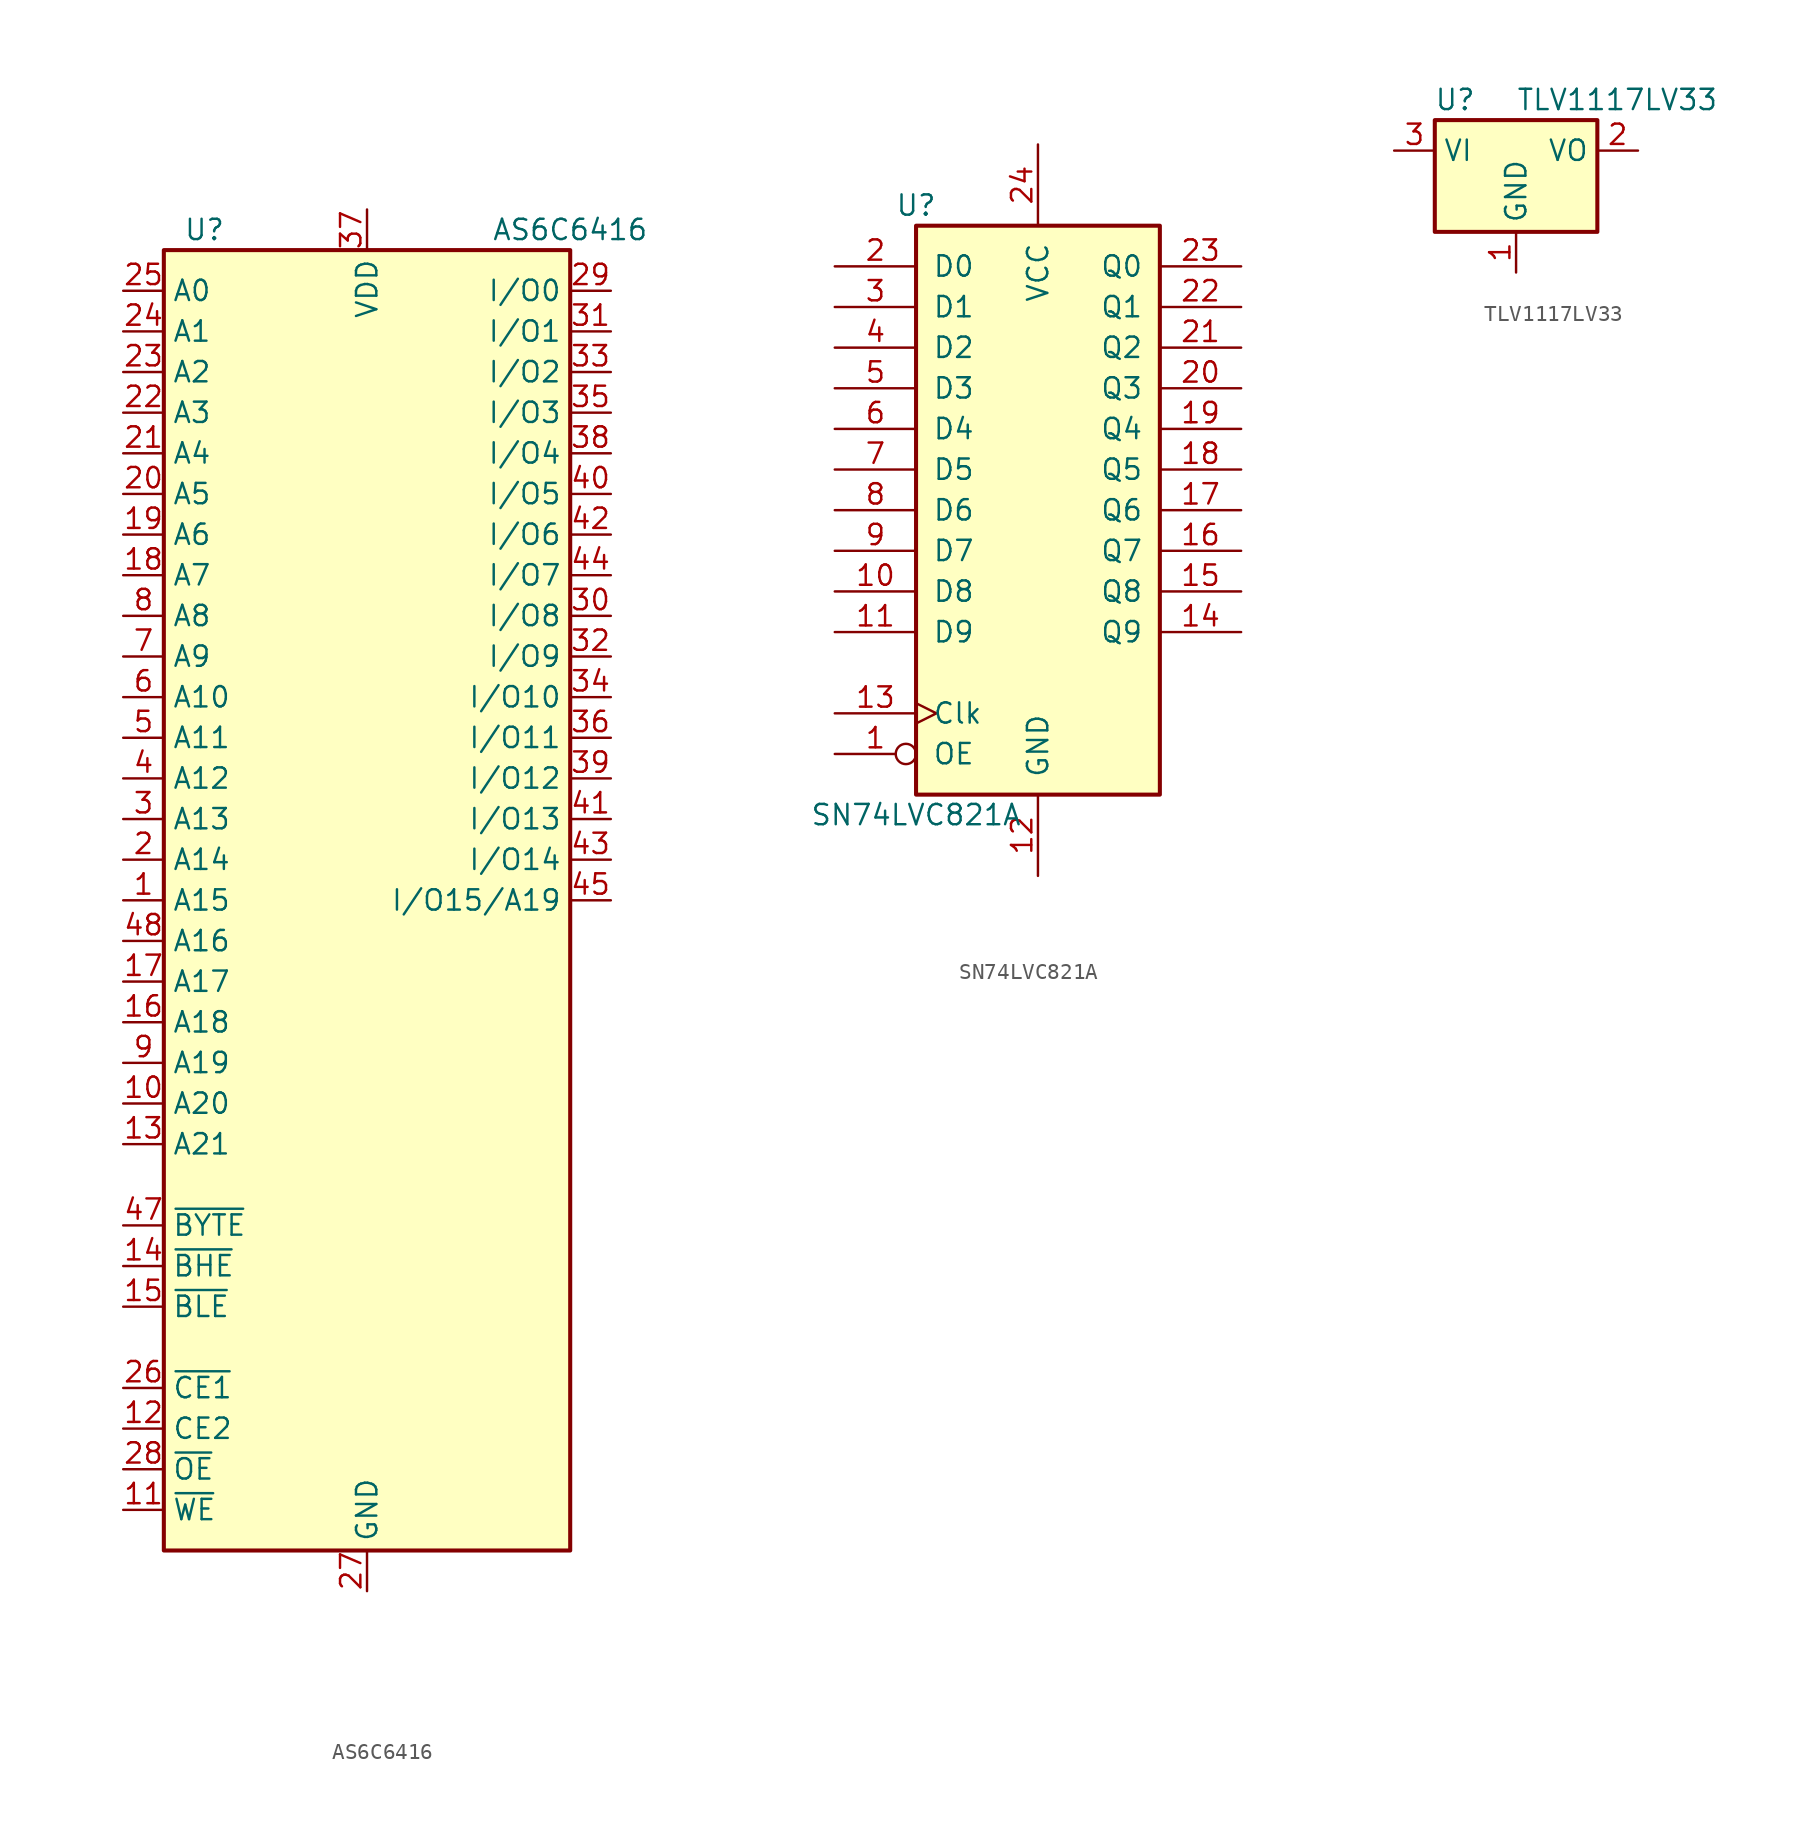
<source format=kicad_sym>
(kicad_symbol_lib
  (version 20241209)
  (generator "kicad_symbol_editor")
  (generator_version "9.0")
  (symbol "AS6C6416"
    (property "Reference" "U"
      (at -10.16 41.91 0)
      (effects (font (size 1.27 1.27))))
    (property "Value" "AS6C6416"
      (at 12.7 41.91 0)
      (effects (font (size 1.27 1.27))))
    (symbol "AS6C6416_0_1"
      (rectangle (start -12.7 40.64) (end 12.7 -40.64) (stroke (width 0.254) (type default)) (fill (type background))))
    (symbol "AS6C6416_1_1"
      (pin input line (at -15.24 38.1 0) (length 2.54) (name "A0" (effects (font (size 1.27 1.27)))) (number "25" (effects (font (size 1.27 1.27)))))
      (pin input line (at -15.24 35.56 0) (length 2.54) (name "A1" (effects (font (size 1.27 1.27)))) (number "24" (effects (font (size 1.27 1.27)))))
      (pin input line (at -15.24 33.02 0) (length 2.54) (name "A2" (effects (font (size 1.27 1.27)))) (number "23" (effects (font (size 1.27 1.27)))))
      (pin input line (at -15.24 30.48 0) (length 2.54) (name "A3" (effects (font (size 1.27 1.27)))) (number "22" (effects (font (size 1.27 1.27)))))
      (pin input line (at -15.24 27.94 0) (length 2.54) (name "A4" (effects (font (size 1.27 1.27)))) (number "21" (effects (font (size 1.27 1.27)))))
      (pin input line (at -15.24 25.4 0) (length 2.54) (name "A5" (effects (font (size 1.27 1.27)))) (number "20" (effects (font (size 1.27 1.27)))))
      (pin input line (at -15.24 22.86 0) (length 2.54) (name "A6" (effects (font (size 1.27 1.27)))) (number "19" (effects (font (size 1.27 1.27)))))
      (pin input line (at -15.24 20.32 0) (length 2.54) (name "A7" (effects (font (size 1.27 1.27)))) (number "18" (effects (font (size 1.27 1.27)))))
      (pin input line (at -15.24 17.78 0) (length 2.54) (name "A8" (effects (font (size 1.27 1.27)))) (number "8" (effects (font (size 1.27 1.27)))))
      (pin input line (at -15.24 15.24 0) (length 2.54) (name "A9" (effects (font (size 1.27 1.27)))) (number "7" (effects (font (size 1.27 1.27)))))
      (pin input line (at -15.24 12.7 0) (length 2.54) (name "A10" (effects (font (size 1.27 1.27)))) (number "6" (effects (font (size 1.27 1.27)))))
      (pin input line (at -15.24 10.16 0) (length 2.54) (name "A11" (effects (font (size 1.27 1.27)))) (number "5" (effects (font (size 1.27 1.27)))))
      (pin input line (at -15.24 7.62 0) (length 2.54) (name "A12" (effects (font (size 1.27 1.27)))) (number "4" (effects (font (size 1.27 1.27)))))
      (pin input line (at -15.24 5.08 0) (length 2.54) (name "A13" (effects (font (size 1.27 1.27)))) (number "3" (effects (font (size 1.27 1.27)))))
      (pin input line (at -15.24 2.54 0) (length 2.54) (name "A14" (effects (font (size 1.27 1.27)))) (number "2" (effects (font (size 1.27 1.27)))))
      (pin input line (at -15.24 0 0) (length 2.54) (name "A15" (effects (font (size 1.27 1.27)))) (number "1" (effects (font (size 1.27 1.27)))))
      (pin input line (at -15.24 -2.54 0) (length 2.54) (name "A16" (effects (font (size 1.27 1.27)))) (number "48" (effects (font (size 1.27 1.27)))))
      (pin input line (at -15.24 -5.08 0) (length 2.54) (name "A17" (effects (font (size 1.27 1.27)))) (number "17" (effects (font (size 1.27 1.27)))))
      (pin input line (at -15.24 -7.62 0) (length 2.54) (name "A18" (effects (font (size 1.27 1.27)))) (number "16" (effects (font (size 1.27 1.27)))))
      (pin input line (at -15.24 -10.16 0) (length 2.54) (name "A19" (effects (font (size 1.27 1.27)))) (number "9" (effects (font (size 1.27 1.27)))))
      (pin input line (at -15.24 -12.7 0) (length 2.54) (name "A20" (effects (font (size 1.27 1.27)))) (number "10" (effects (font (size 1.27 1.27)))))
      (pin input line (at -15.24 -15.24 0) (length 2.54) (name "A21" (effects (font (size 1.27 1.27)))) (number "13" (effects (font (size 1.27 1.27)))))
      (pin input line (at -15.24 -20.32 0) (length 2.54) (name "~{BYTE}" (effects (font (size 1.27 1.27)))) (number "47" (effects (font (size 1.27 1.27)))))
      (pin input line (at -15.24 -22.86 0) (length 2.54) (name "~{BHE}" (effects (font (size 1.27 1.27)))) (number "14" (effects (font (size 1.27 1.27)))))
      (pin input line (at -15.24 -25.4 0) (length 2.54) (name "~{BLE}" (effects (font (size 1.27 1.27)))) (number "15" (effects (font (size 1.27 1.27)))))
      (pin input line (at -15.24 -30.48 0) (length 2.54) (name "~{CE1}" (effects (font (size 1.27 1.27)))) (number "26" (effects (font (size 1.27 1.27)))))
      (pin input line (at -15.24 -33.02 0) (length 2.54) (name "CE2" (effects (font (size 1.27 1.27)))) (number "12" (effects (font (size 1.27 1.27)))))
      (pin input line (at -15.24 -35.56 0) (length 2.54) (name "~{OE}" (effects (font (size 1.27 1.27)))) (number "28" (effects (font (size 1.27 1.27)))))
      (pin input line (at -15.24 -38.1 0) (length 2.54) (name "~{WE}" (effects (font (size 1.27 1.27)))) (number "11" (effects (font (size 1.27 1.27)))))
      (pin power_in line (at 0 43.18 270) (length 2.54) (name "VDD" (effects (font (size 1.27 1.27)))) (number "37" (effects (font (size 1.27 1.27)))))
      (pin power_in line (at 0 -43.18 90) (length 2.54) (name "GND" (effects (font (size 1.27 1.27)))) (number "27" (effects (font (size 1.27 1.27)))))
      (pin power_in line (at 0 -43.18 90) (length 2.54) (hide yes) (name "GND" (effects (font (size 1.27 1.27)))) (number "46" (effects (font (size 1.27 1.27)))))
      (pin bidirectional line (at 15.24 38.1 180) (length 2.54) (name "I/O0" (effects (font (size 1.27 1.27)))) (number "29" (effects (font (size 1.27 1.27)))))
      (pin bidirectional line (at 15.24 35.56 180) (length 2.54) (name "I/O1" (effects (font (size 1.27 1.27)))) (number "31" (effects (font (size 1.27 1.27)))))
      (pin bidirectional line (at 15.24 33.02 180) (length 2.54) (name "I/O2" (effects (font (size 1.27 1.27)))) (number "33" (effects (font (size 1.27 1.27)))))
      (pin bidirectional line (at 15.24 30.48 180) (length 2.54) (name "I/O3" (effects (font (size 1.27 1.27)))) (number "35" (effects (font (size 1.27 1.27)))))
      (pin bidirectional line (at 15.24 27.94 180) (length 2.54) (name "I/O4" (effects (font (size 1.27 1.27)))) (number "38" (effects (font (size 1.27 1.27)))))
      (pin bidirectional line (at 15.24 25.4 180) (length 2.54) (name "I/O5" (effects (font (size 1.27 1.27)))) (number "40" (effects (font (size 1.27 1.27)))))
      (pin bidirectional line (at 15.24 22.86 180) (length 2.54) (name "I/O6" (effects (font (size 1.27 1.27)))) (number "42" (effects (font (size 1.27 1.27)))))
      (pin bidirectional line (at 15.24 20.32 180) (length 2.54) (name "I/O7" (effects (font (size 1.27 1.27)))) (number "44" (effects (font (size 1.27 1.27)))))
      (pin bidirectional line (at 15.24 17.78 180) (length 2.54) (name "I/O8" (effects (font (size 1.27 1.27)))) (number "30" (effects (font (size 1.27 1.27)))))
      (pin bidirectional line (at 15.24 15.24 180) (length 2.54) (name "I/O9" (effects (font (size 1.27 1.27)))) (number "32" (effects (font (size 1.27 1.27)))))
      (pin bidirectional line (at 15.24 12.7 180) (length 2.54) (name "I/O10" (effects (font (size 1.27 1.27)))) (number "34" (effects (font (size 1.27 1.27)))))
      (pin bidirectional line (at 15.24 10.16 180) (length 2.54) (name "I/O11" (effects (font (size 1.27 1.27)))) (number "36" (effects (font (size 1.27 1.27)))))
      (pin bidirectional line (at 15.24 7.62 180) (length 2.54) (name "I/O12" (effects (font (size 1.27 1.27)))) (number "39" (effects (font (size 1.27 1.27)))))
      (pin bidirectional line (at 15.24 5.08 180) (length 2.54) (name "I/O13" (effects (font (size 1.27 1.27)))) (number "41" (effects (font (size 1.27 1.27)))))
      (pin bidirectional line (at 15.24 2.54 180) (length 2.54) (name "I/O14" (effects (font (size 1.27 1.27)))) (number "43" (effects (font (size 1.27 1.27)))))
      (pin bidirectional line (at 15.24 0 180) (length 2.54) (name "I/O15/A19" (effects (font (size 1.27 1.27)))) (number "45" (effects (font (size 1.27 1.27)))))))
  (symbol "SN74LVC821A"
    (pin_names
      (offset 1.016))
    (property "Reference" "U"
      (at -7.62 19.05 0)
      (effects (font (size 1.27 1.27))))
    (property "Value" "SN74LVC821A"
      (at -7.62 -19.05 0)
      (effects (font (size 1.27 1.27))))
    (symbol "SN74LVC821A_1_0"
      (pin input line (at -12.7 15.24 0) (length 5.08) (name "D0" (effects (font (size 1.27 1.27)))) (number "2" (effects (font (size 1.27 1.27)))))
      (pin input line (at -12.7 12.7 0) (length 5.08) (name "D1" (effects (font (size 1.27 1.27)))) (number "3" (effects (font (size 1.27 1.27)))))
      (pin input line (at -12.7 10.16 0) (length 5.08) (name "D2" (effects (font (size 1.27 1.27)))) (number "4" (effects (font (size 1.27 1.27)))))
      (pin input line (at -12.7 7.62 0) (length 5.08) (name "D3" (effects (font (size 1.27 1.27)))) (number "5" (effects (font (size 1.27 1.27)))))
      (pin input line (at -12.7 5.08 0) (length 5.08) (name "D4" (effects (font (size 1.27 1.27)))) (number "6" (effects (font (size 1.27 1.27)))))
      (pin input line (at -12.7 2.54 0) (length 5.08) (name "D5" (effects (font (size 1.27 1.27)))) (number "7" (effects (font (size 1.27 1.27)))))
      (pin input line (at -12.7 0 0) (length 5.08) (name "D6" (effects (font (size 1.27 1.27)))) (number "8" (effects (font (size 1.27 1.27)))))
      (pin input line (at -12.7 -2.54 0) (length 5.08) (name "D7" (effects (font (size 1.27 1.27)))) (number "9" (effects (font (size 1.27 1.27)))))
      (pin input line (at -12.7 -5.08 0) (length 5.08) (name "D8" (effects (font (size 1.27 1.27)))) (number "10" (effects (font (size 1.27 1.27)))))
      (pin input line (at -12.7 -7.62 0) (length 5.08) (name "D9" (effects (font (size 1.27 1.27)))) (number "11" (effects (font (size 1.27 1.27)))))
      (pin input clock (at -12.7 -12.7 0) (length 5.08) (name "Clk" (effects (font (size 1.27 1.27)))) (number "13" (effects (font (size 1.27 1.27)))))
      (pin input inverted (at -12.7 -15.24 0) (length 5.08) (name "OE" (effects (font (size 1.27 1.27)))) (number "1" (effects (font (size 1.27 1.27)))))
      (pin power_in line (at 0 22.86 270) (length 5.08) (name "VCC" (effects (font (size 1.27 1.27)))) (number "24" (effects (font (size 1.27 1.27)))))
      (pin power_in line (at 0 -22.86 90) (length 5.08) (name "GND" (effects (font (size 1.27 1.27)))) (number "12" (effects (font (size 1.27 1.27)))))
      (pin tri_state line (at 12.7 15.24 180) (length 5.08) (name "Q0" (effects (font (size 1.27 1.27)))) (number "23" (effects (font (size 1.27 1.27)))))
      (pin tri_state line (at 12.7 12.7 180) (length 5.08) (name "Q1" (effects (font (size 1.27 1.27)))) (number "22" (effects (font (size 1.27 1.27)))))
      (pin tri_state line (at 12.7 10.16 180) (length 5.08) (name "Q2" (effects (font (size 1.27 1.27)))) (number "21" (effects (font (size 1.27 1.27)))))
      (pin tri_state line (at 12.7 7.62 180) (length 5.08) (name "Q3" (effects (font (size 1.27 1.27)))) (number "20" (effects (font (size 1.27 1.27)))))
      (pin tri_state line (at 12.7 5.08 180) (length 5.08) (name "Q4" (effects (font (size 1.27 1.27)))) (number "19" (effects (font (size 1.27 1.27)))))
      (pin tri_state line (at 12.7 2.54 180) (length 5.08) (name "Q5" (effects (font (size 1.27 1.27)))) (number "18" (effects (font (size 1.27 1.27)))))
      (pin tri_state line (at 12.7 0 180) (length 5.08) (name "Q6" (effects (font (size 1.27 1.27)))) (number "17" (effects (font (size 1.27 1.27)))))
      (pin tri_state line (at 12.7 -2.54 180) (length 5.08) (name "Q7" (effects (font (size 1.27 1.27)))) (number "16" (effects (font (size 1.27 1.27)))))
      (pin tri_state line (at 12.7 -5.08 180) (length 5.08) (name "Q8" (effects (font (size 1.27 1.27)))) (number "15" (effects (font (size 1.27 1.27)))))
      (pin tri_state line (at 12.7 -7.62 180) (length 5.08) (name "Q9" (effects (font (size 1.27 1.27)))) (number "14" (effects (font (size 1.27 1.27))))))
    (symbol "SN74LVC821A_1_1"
      (rectangle (start -7.62 17.78) (end 7.62 -17.78) (stroke (width 0.254) (type default)) (fill (type background)))))
  (symbol "TLV1117LV33"
    (property "Reference" "U"
      (at -3.81 3.175 0)
      (effects (font (size 1.27 1.27))))
    (property "Value" "TLV1117LV33"
      (at 0 3.175 0)
      (effects (font (size 1.27 1.27)) (justify left)))
    (symbol "TLV1117LV33_0_1"
      (rectangle (start -5.08 -5.08) (end 5.08 1.905) (stroke (width 0.254) (type default)) (fill (type background))))
    (symbol "TLV1117LV33_1_1"
      (pin power_in line (at -7.62 0 0) (length 2.54) (name "VI" (effects (font (size 1.27 1.27)))) (number "3" (effects (font (size 1.27 1.27)))))
      (pin power_in line (at 0 -7.62 90) (length 2.54) (name "GND" (effects (font (size 1.27 1.27)))) (number "1" (effects (font (size 1.27 1.27)))))
      (pin power_out line (at 7.62 0 180) (length 2.54) (name "VO" (effects (font (size 1.27 1.27)))) (number "2" (effects (font (size 1.27 1.27))))))))
</source>
